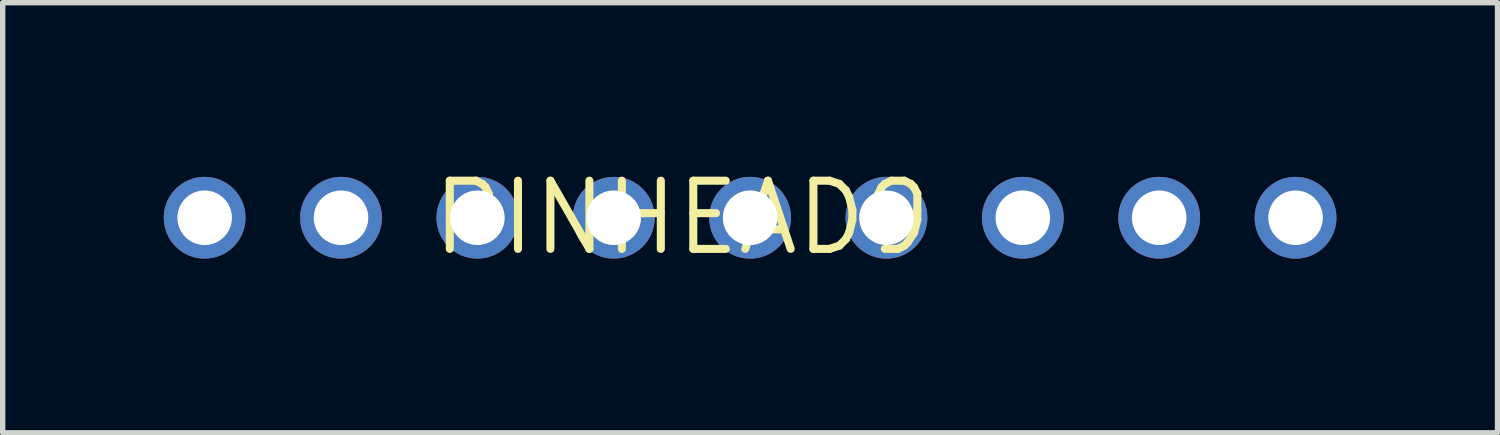
<source format=kicad_pcb>
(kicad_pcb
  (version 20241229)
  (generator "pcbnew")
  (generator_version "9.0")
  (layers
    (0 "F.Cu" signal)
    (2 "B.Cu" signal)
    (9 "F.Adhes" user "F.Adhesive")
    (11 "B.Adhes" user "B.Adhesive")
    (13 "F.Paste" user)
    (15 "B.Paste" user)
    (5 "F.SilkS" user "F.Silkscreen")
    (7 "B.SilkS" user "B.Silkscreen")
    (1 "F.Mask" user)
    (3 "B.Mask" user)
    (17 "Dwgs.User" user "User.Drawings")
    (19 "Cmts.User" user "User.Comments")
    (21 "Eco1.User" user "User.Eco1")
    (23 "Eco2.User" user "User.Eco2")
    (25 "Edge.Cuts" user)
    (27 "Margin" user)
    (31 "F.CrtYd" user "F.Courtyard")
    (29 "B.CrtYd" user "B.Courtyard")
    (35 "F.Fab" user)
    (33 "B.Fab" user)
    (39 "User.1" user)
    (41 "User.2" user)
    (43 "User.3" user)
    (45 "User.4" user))
  (footprint "PINHEAD9"
    (layer "F.Cu")
    (at 9.652 1.006)
    (property "Reference" "PINHEAD9" (at 0 0 0) (layer "F.SilkS") (effects (font (size 1.27 1.27) (thickness 0.15))))
    (attr through_hole)
    (fp_poly (pts (xy -9.144 0.254) (xy -8.636 0.254) (xy -8.636 -0.254) (xy -9.144 -0.254)) (stroke (width 0.1) (type solid)) (fill no) (layer "F.Fab"))
    (fp_poly (pts (xy -6.604 0.254) (xy -6.096 0.254) (xy -6.096 -0.254) (xy -6.604 -0.254)) (stroke (width 0.1) (type solid)) (fill no) (layer "F.Fab"))
    (fp_poly (pts (xy -4.064 0.254) (xy -3.556 0.254) (xy -3.556 -0.254) (xy -4.064 -0.254)) (stroke (width 0.1) (type solid)) (fill no) (layer "F.Fab"))
    (fp_poly (pts (xy -1.524 0.254) (xy -1.016 0.254) (xy -1.016 -0.254) (xy -1.524 -0.254)) (stroke (width 0.1) (type solid)) (fill no) (layer "F.Fab"))
    (fp_poly (pts (xy 1.016 0.254) (xy 1.524 0.254) (xy 1.524 -0.254) (xy 1.016 -0.254)) (stroke (width 0.1) (type solid)) (fill no) (layer "F.Fab"))
    (fp_poly (pts (xy 3.556 0.254) (xy 4.064 0.254) (xy 4.064 -0.254) (xy 3.556 -0.254)) (stroke (width 0.1) (type solid)) (fill no) (layer "F.Fab"))
    (fp_poly (pts (xy 6.096 0.254) (xy 6.604 0.254) (xy 6.604 -0.254) (xy 6.096 -0.254)) (stroke (width 0.1) (type solid)) (fill no) (layer "F.Fab"))
    (fp_poly (pts (xy 8.636 0.254) (xy 9.144 0.254) (xy 9.144 -0.254) (xy 8.636 -0.254)) (stroke (width 0.1) (type solid)) (fill no) (layer "F.Fab"))
    (fp_poly (pts (xy 11.176 0.254) (xy 11.684 0.254) (xy 11.684 -0.254) (xy 11.176 -0.254)) (stroke (width 0.1) (type solid)) (fill no) (layer "F.Fab"))
    (pad "1" thru_hole circle (at -8.89 0) (size 1.524 1.524) (drill 1.016) (layers "*.Cu" "*.Mask"))
    (pad "2" thru_hole circle (at -6.35 0) (size 1.524 1.524) (drill 1.016) (layers "*.Cu" "*.Mask"))
    (pad "3" thru_hole circle (at -3.81 0) (size 1.524 1.524) (drill 1.016) (layers "*.Cu" "*.Mask"))
    (pad "4" thru_hole circle (at -1.27 0) (size 1.524 1.524) (drill 1.016) (layers "*.Cu" "*.Mask"))
    (pad "5" thru_hole circle (at 1.27 0) (size 1.524 1.524) (drill 1.016) (layers "*.Cu" "*.Mask"))
    (pad "6" thru_hole circle (at 3.81 0) (size 1.524 1.524) (drill 1.016) (layers "*.Cu" "*.Mask"))
    (pad "7" thru_hole circle (at 6.35 0) (size 1.524 1.524) (drill 1.016) (layers "*.Cu" "*.Mask"))
    (pad "8" thru_hole circle (at 8.89 0) (size 1.524 1.524) (drill 1.016) (layers "*.Cu" "*.Mask"))
    (pad "9" thru_hole circle (at 11.43 0) (size 1.524 1.524) (drill 1.016) (layers "*.Cu" "*.Mask")))
  (gr_rect
    (start -3 -3)
    (end 24.844 5.012)
    (stroke (width 0.1) (type default))
    (fill no)
    (layer "Edge.Cuts")))
</source>
